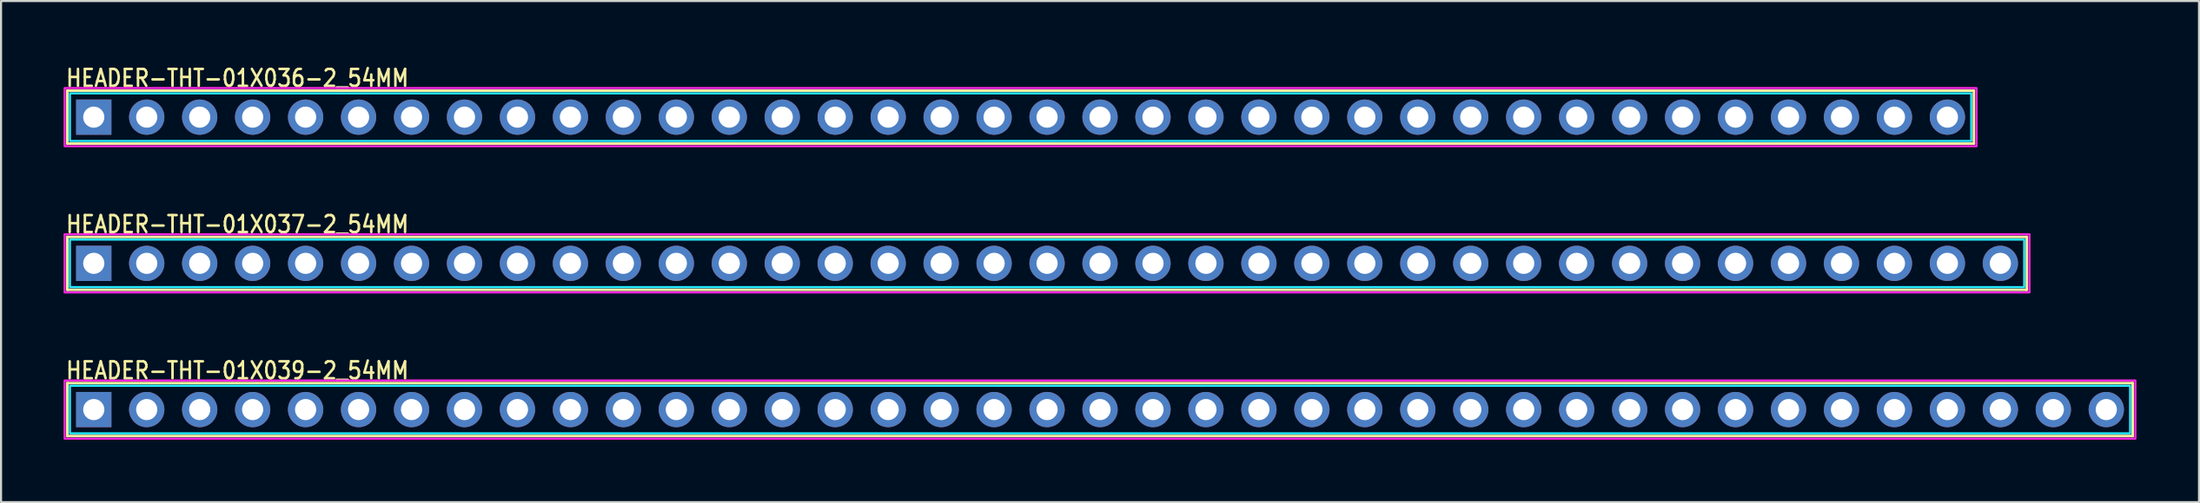
<source format=kicad_pcb>
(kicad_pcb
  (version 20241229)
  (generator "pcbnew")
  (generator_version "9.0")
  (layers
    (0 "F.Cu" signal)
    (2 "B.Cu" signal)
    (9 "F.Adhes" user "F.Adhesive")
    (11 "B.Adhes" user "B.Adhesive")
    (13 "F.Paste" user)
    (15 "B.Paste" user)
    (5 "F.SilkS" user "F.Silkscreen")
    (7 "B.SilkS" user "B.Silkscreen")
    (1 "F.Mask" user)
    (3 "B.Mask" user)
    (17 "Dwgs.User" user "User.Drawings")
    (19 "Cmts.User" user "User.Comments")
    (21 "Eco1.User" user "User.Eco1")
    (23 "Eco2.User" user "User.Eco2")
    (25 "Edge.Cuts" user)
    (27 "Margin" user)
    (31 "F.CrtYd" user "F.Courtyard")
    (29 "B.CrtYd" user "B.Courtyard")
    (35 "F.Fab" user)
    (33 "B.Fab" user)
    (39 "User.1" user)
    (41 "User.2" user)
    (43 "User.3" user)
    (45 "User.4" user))
  (footprint "HEADER-THT-01X039-2_54MM"
    (layer "F.Cu")
    (at 1.447 16.63)
    (property "Reference" "HEADER-THT-01X039-2_54MM" (at -1.4 -1.4 0) (unlocked yes) (layer "F.SilkS") (effects (font (size 0.813 0.695) (thickness 0.122)) (justify left bottom)))
    (fp_line (start -1.27 -1.27) (end -1.27 1.27) (stroke (width 0.127) (type solid)) (layer "F.SilkS"))
    (fp_line (start -1.27 1.27) (end 97.79 1.27) (stroke (width 0.127) (type solid)) (layer "F.SilkS"))
    (fp_line (start 97.79 -1.27) (end -1.27 -1.27) (stroke (width 0.127) (type solid)) (layer "F.SilkS"))
    (fp_line (start 97.79 1.27) (end 97.79 -1.27) (stroke (width 0.127) (type solid)) (layer "F.SilkS"))
    (fp_poly (pts (xy -1.143 -1.143) (xy 97.663 -1.143) (xy 97.663 1.143) (xy -1.143 1.143)) (stroke (width 0.1) (type solid)) (fill no) (layer "B.CrtYd"))
    (fp_poly (pts (xy -1.397 -1.397) (xy 97.917 -1.397) (xy 97.917 1.397) (xy -1.397 1.397)) (stroke (width 0.1) (type solid)) (fill no) (layer "F.CrtYd"))
    (pad "1" thru_hole rect (at 0 0) (size 1.693 1.693) (drill 1.016) (layers "*.Cu" "*.Mask"))
    (pad "2" thru_hole oval (at 2.54 0) (size 1.693 1.693) (drill 1.016) (layers "*.Cu" "*.Mask"))
    (pad "3" thru_hole oval (at 5.08 0) (size 1.693 1.693) (drill 1.016) (layers "*.Cu" "*.Mask"))
    (pad "4" thru_hole oval (at 7.62 0) (size 1.693 1.693) (drill 1.016) (layers "*.Cu" "*.Mask"))
    (pad "5" thru_hole oval (at 10.16 0) (size 1.693 1.693) (drill 1.016) (layers "*.Cu" "*.Mask"))
    (pad "6" thru_hole oval (at 12.7 0) (size 1.693 1.693) (drill 1.016) (layers "*.Cu" "*.Mask"))
    (pad "7" thru_hole oval (at 15.24 0) (size 1.693 1.693) (drill 1.016) (layers "*.Cu" "*.Mask"))
    (pad "8" thru_hole oval (at 17.78 0) (size 1.693 1.693) (drill 1.016) (layers "*.Cu" "*.Mask"))
    (pad "9" thru_hole oval (at 20.32 0) (size 1.693 1.693) (drill 1.016) (layers "*.Cu" "*.Mask"))
    (pad "10" thru_hole oval (at 22.86 0) (size 1.693 1.693) (drill 1.016) (layers "*.Cu" "*.Mask"))
    (pad "11" thru_hole oval (at 25.4 0) (size 1.693 1.693) (drill 1.016) (layers "*.Cu" "*.Mask"))
    (pad "12" thru_hole oval (at 27.94 0) (size 1.693 1.693) (drill 1.016) (layers "*.Cu" "*.Mask"))
    (pad "13" thru_hole oval (at 30.48 0) (size 1.693 1.693) (drill 1.016) (layers "*.Cu" "*.Mask"))
    (pad "14" thru_hole oval (at 33.02 0) (size 1.693 1.693) (drill 1.016) (layers "*.Cu" "*.Mask"))
    (pad "15" thru_hole oval (at 35.56 0) (size 1.693 1.693) (drill 1.016) (layers "*.Cu" "*.Mask"))
    (pad "16" thru_hole oval (at 38.1 0) (size 1.693 1.693) (drill 1.016) (layers "*.Cu" "*.Mask"))
    (pad "17" thru_hole oval (at 40.64 0) (size 1.693 1.693) (drill 1.016) (layers "*.Cu" "*.Mask"))
    (pad "18" thru_hole oval (at 43.18 0) (size 1.693 1.693) (drill 1.016) (layers "*.Cu" "*.Mask"))
    (pad "19" thru_hole oval (at 45.72 0) (size 1.693 1.693) (drill 1.016) (layers "*.Cu" "*.Mask"))
    (pad "20" thru_hole oval (at 48.26 0) (size 1.693 1.693) (drill 1.016) (layers "*.Cu" "*.Mask"))
    (pad "21" thru_hole oval (at 50.8 0) (size 1.693 1.693) (drill 1.016) (layers "*.Cu" "*.Mask"))
    (pad "22" thru_hole oval (at 53.34 0) (size 1.693 1.693) (drill 1.016) (layers "*.Cu" "*.Mask"))
    (pad "23" thru_hole oval (at 55.88 0) (size 1.693 1.693) (drill 1.016) (layers "*.Cu" "*.Mask"))
    (pad "24" thru_hole oval (at 58.42 0) (size 1.693 1.693) (drill 1.016) (layers "*.Cu" "*.Mask"))
    (pad "25" thru_hole oval (at 60.96 0) (size 1.693 1.693) (drill 1.016) (layers "*.Cu" "*.Mask"))
    (pad "26" thru_hole oval (at 63.5 0) (size 1.693 1.693) (drill 1.016) (layers "*.Cu" "*.Mask"))
    (pad "27" thru_hole oval (at 66.04 0) (size 1.693 1.693) (drill 1.016) (layers "*.Cu" "*.Mask"))
    (pad "28" thru_hole oval (at 68.58 0) (size 1.693 1.693) (drill 1.016) (layers "*.Cu" "*.Mask"))
    (pad "29" thru_hole oval (at 71.12 0) (size 1.693 1.693) (drill 1.016) (layers "*.Cu" "*.Mask"))
    (pad "30" thru_hole oval (at 73.66 0) (size 1.693 1.693) (drill 1.016) (layers "*.Cu" "*.Mask"))
    (pad "31" thru_hole oval (at 76.2 0) (size 1.693 1.693) (drill 1.016) (layers "*.Cu" "*.Mask"))
    (pad "32" thru_hole oval (at 78.74 0) (size 1.693 1.693) (drill 1.016) (layers "*.Cu" "*.Mask"))
    (pad "33" thru_hole oval (at 81.28 0) (size 1.693 1.693) (drill 1.016) (layers "*.Cu" "*.Mask"))
    (pad "34" thru_hole oval (at 83.82 0) (size 1.693 1.693) (drill 1.016) (layers "*.Cu" "*.Mask"))
    (pad "35" thru_hole oval (at 86.36 0) (size 1.693 1.693) (drill 1.016) (layers "*.Cu" "*.Mask"))
    (pad "36" thru_hole oval (at 88.9 0) (size 1.693 1.693) (drill 1.016) (layers "*.Cu" "*.Mask"))
    (pad "37" thru_hole oval (at 91.44 0) (size 1.693 1.693) (drill 1.016) (layers "*.Cu" "*.Mask"))
    (pad "38" thru_hole oval (at 93.98 0) (size 1.693 1.693) (drill 1.016) (layers "*.Cu" "*.Mask"))
    (pad "39" thru_hole oval (at 96.52 0) (size 1.693 1.693) (drill 1.016) (layers "*.Cu" "*.Mask")))
  (footprint "HEADER-THT-01X036-2_54MM"
    (layer "F.Cu")
    (at 1.447 2.579)
    (property "Reference" "HEADER-THT-01X036-2_54MM" (at -1.4 -1.4 0) (unlocked yes) (layer "F.SilkS") (effects (font (size 0.813 0.695) (thickness 0.122)) (justify left bottom)))
    (fp_line (start -1.27 -1.27) (end -1.27 1.27) (stroke (width 0.127) (type solid)) (layer "F.SilkS"))
    (fp_line (start -1.27 1.27) (end 90.17 1.27) (stroke (width 0.127) (type solid)) (layer "F.SilkS"))
    (fp_line (start 90.17 -1.27) (end -1.27 -1.27) (stroke (width 0.127) (type solid)) (layer "F.SilkS"))
    (fp_line (start 90.17 1.27) (end 90.17 -1.27) (stroke (width 0.127) (type solid)) (layer "F.SilkS"))
    (fp_poly (pts (xy -1.143 -1.143) (xy 90.043 -1.143) (xy 90.043 1.143) (xy -1.143 1.143)) (stroke (width 0.1) (type solid)) (fill no) (layer "B.CrtYd"))
    (fp_poly (pts (xy -1.397 -1.397) (xy 90.297 -1.397) (xy 90.297 1.397) (xy -1.397 1.397)) (stroke (width 0.1) (type solid)) (fill no) (layer "F.CrtYd"))
    (pad "1" thru_hole rect (at 0 0) (size 1.693 1.693) (drill 1.016) (layers "*.Cu" "*.Mask"))
    (pad "2" thru_hole oval (at 2.54 0) (size 1.693 1.693) (drill 1.016) (layers "*.Cu" "*.Mask"))
    (pad "3" thru_hole oval (at 5.08 0) (size 1.693 1.693) (drill 1.016) (layers "*.Cu" "*.Mask"))
    (pad "4" thru_hole oval (at 7.62 0) (size 1.693 1.693) (drill 1.016) (layers "*.Cu" "*.Mask"))
    (pad "5" thru_hole oval (at 10.16 0) (size 1.693 1.693) (drill 1.016) (layers "*.Cu" "*.Mask"))
    (pad "6" thru_hole oval (at 12.7 0) (size 1.693 1.693) (drill 1.016) (layers "*.Cu" "*.Mask"))
    (pad "7" thru_hole oval (at 15.24 0) (size 1.693 1.693) (drill 1.016) (layers "*.Cu" "*.Mask"))
    (pad "8" thru_hole oval (at 17.78 0) (size 1.693 1.693) (drill 1.016) (layers "*.Cu" "*.Mask"))
    (pad "9" thru_hole oval (at 20.32 0) (size 1.693 1.693) (drill 1.016) (layers "*.Cu" "*.Mask"))
    (pad "10" thru_hole oval (at 22.86 0) (size 1.693 1.693) (drill 1.016) (layers "*.Cu" "*.Mask"))
    (pad "11" thru_hole oval (at 25.4 0) (size 1.693 1.693) (drill 1.016) (layers "*.Cu" "*.Mask"))
    (pad "12" thru_hole oval (at 27.94 0) (size 1.693 1.693) (drill 1.016) (layers "*.Cu" "*.Mask"))
    (pad "13" thru_hole oval (at 30.48 0) (size 1.693 1.693) (drill 1.016) (layers "*.Cu" "*.Mask"))
    (pad "14" thru_hole oval (at 33.02 0) (size 1.693 1.693) (drill 1.016) (layers "*.Cu" "*.Mask"))
    (pad "15" thru_hole oval (at 35.56 0) (size 1.693 1.693) (drill 1.016) (layers "*.Cu" "*.Mask"))
    (pad "16" thru_hole oval (at 38.1 0) (size 1.693 1.693) (drill 1.016) (layers "*.Cu" "*.Mask"))
    (pad "17" thru_hole oval (at 40.64 0) (size 1.693 1.693) (drill 1.016) (layers "*.Cu" "*.Mask"))
    (pad "18" thru_hole oval (at 43.18 0) (size 1.693 1.693) (drill 1.016) (layers "*.Cu" "*.Mask"))
    (pad "19" thru_hole oval (at 45.72 0) (size 1.693 1.693) (drill 1.016) (layers "*.Cu" "*.Mask"))
    (pad "20" thru_hole oval (at 48.26 0) (size 1.693 1.693) (drill 1.016) (layers "*.Cu" "*.Mask"))
    (pad "21" thru_hole oval (at 50.8 0) (size 1.693 1.693) (drill 1.016) (layers "*.Cu" "*.Mask"))
    (pad "22" thru_hole oval (at 53.34 0) (size 1.693 1.693) (drill 1.016) (layers "*.Cu" "*.Mask"))
    (pad "23" thru_hole oval (at 55.88 0) (size 1.693 1.693) (drill 1.016) (layers "*.Cu" "*.Mask"))
    (pad "24" thru_hole oval (at 58.42 0) (size 1.693 1.693) (drill 1.016) (layers "*.Cu" "*.Mask"))
    (pad "25" thru_hole oval (at 60.96 0) (size 1.693 1.693) (drill 1.016) (layers "*.Cu" "*.Mask"))
    (pad "26" thru_hole oval (at 63.5 0) (size 1.693 1.693) (drill 1.016) (layers "*.Cu" "*.Mask"))
    (pad "27" thru_hole oval (at 66.04 0) (size 1.693 1.693) (drill 1.016) (layers "*.Cu" "*.Mask"))
    (pad "28" thru_hole oval (at 68.58 0) (size 1.693 1.693) (drill 1.016) (layers "*.Cu" "*.Mask"))
    (pad "29" thru_hole oval (at 71.12 0) (size 1.693 1.693) (drill 1.016) (layers "*.Cu" "*.Mask"))
    (pad "30" thru_hole oval (at 73.66 0) (size 1.693 1.693) (drill 1.016) (layers "*.Cu" "*.Mask"))
    (pad "31" thru_hole oval (at 76.2 0) (size 1.693 1.693) (drill 1.016) (layers "*.Cu" "*.Mask"))
    (pad "32" thru_hole oval (at 78.74 0) (size 1.693 1.693) (drill 1.016) (layers "*.Cu" "*.Mask"))
    (pad "33" thru_hole oval (at 81.28 0) (size 1.693 1.693) (drill 1.016) (layers "*.Cu" "*.Mask"))
    (pad "34" thru_hole oval (at 83.82 0) (size 1.693 1.693) (drill 1.016) (layers "*.Cu" "*.Mask"))
    (pad "35" thru_hole oval (at 86.36 0) (size 1.693 1.693) (drill 1.016) (layers "*.Cu" "*.Mask"))
    (pad "36" thru_hole oval (at 88.9 0) (size 1.693 1.693) (drill 1.016) (layers "*.Cu" "*.Mask")))
  (footprint "HEADER-THT-01X037-2_54MM"
    (layer "F.Cu")
    (at 1.447 9.604)
    (property "Reference" "HEADER-THT-01X037-2_54MM" (at -1.4 -1.4 0) (unlocked yes) (layer "F.SilkS") (effects (font (size 0.813 0.695) (thickness 0.122)) (justify left bottom)))
    (fp_line (start -1.27 -1.27) (end -1.27 1.27) (stroke (width 0.127) (type solid)) (layer "F.SilkS"))
    (fp_line (start -1.27 1.27) (end 92.71 1.27) (stroke (width 0.127) (type solid)) (layer "F.SilkS"))
    (fp_line (start 92.71 -1.27) (end -1.27 -1.27) (stroke (width 0.127) (type solid)) (layer "F.SilkS"))
    (fp_line (start 92.71 1.27) (end 92.71 -1.27) (stroke (width 0.127) (type solid)) (layer "F.SilkS"))
    (fp_poly (pts (xy -1.143 -1.143) (xy 92.583 -1.143) (xy 92.583 1.143) (xy -1.143 1.143)) (stroke (width 0.1) (type solid)) (fill no) (layer "B.CrtYd"))
    (fp_poly (pts (xy -1.397 -1.397) (xy 92.837 -1.397) (xy 92.837 1.397) (xy -1.397 1.397)) (stroke (width 0.1) (type solid)) (fill no) (layer "F.CrtYd"))
    (pad "P$1" thru_hole rect (at 0 0) (size 1.693 1.693) (drill 1.016) (layers "*.Cu" "*.Mask"))
    (pad "P$2" thru_hole oval (at 2.54 0) (size 1.693 1.693) (drill 1.016) (layers "*.Cu" "*.Mask"))
    (pad "P$3" thru_hole oval (at 5.08 0) (size 1.693 1.693) (drill 1.016) (layers "*.Cu" "*.Mask"))
    (pad "P$4" thru_hole oval (at 7.62 0) (size 1.693 1.693) (drill 1.016) (layers "*.Cu" "*.Mask"))
    (pad "P$5" thru_hole oval (at 10.16 0) (size 1.693 1.693) (drill 1.016) (layers "*.Cu" "*.Mask"))
    (pad "P$6" thru_hole oval (at 12.7 0) (size 1.693 1.693) (drill 1.016) (layers "*.Cu" "*.Mask"))
    (pad "P$7" thru_hole oval (at 15.24 0) (size 1.693 1.693) (drill 1.016) (layers "*.Cu" "*.Mask"))
    (pad "P$8" thru_hole oval (at 17.78 0) (size 1.693 1.693) (drill 1.016) (layers "*.Cu" "*.Mask"))
    (pad "P$9" thru_hole oval (at 20.32 0) (size 1.693 1.693) (drill 1.016) (layers "*.Cu" "*.Mask"))
    (pad "P$10" thru_hole oval (at 22.86 0) (size 1.693 1.693) (drill 1.016) (layers "*.Cu" "*.Mask"))
    (pad "P$11" thru_hole oval (at 25.4 0) (size 1.693 1.693) (drill 1.016) (layers "*.Cu" "*.Mask"))
    (pad "P$12" thru_hole oval (at 27.94 0) (size 1.693 1.693) (drill 1.016) (layers "*.Cu" "*.Mask"))
    (pad "P$13" thru_hole oval (at 30.48 0) (size 1.693 1.693) (drill 1.016) (layers "*.Cu" "*.Mask"))
    (pad "P$14" thru_hole oval (at 33.02 0) (size 1.693 1.693) (drill 1.016) (layers "*.Cu" "*.Mask"))
    (pad "P$15" thru_hole oval (at 35.56 0) (size 1.693 1.693) (drill 1.016) (layers "*.Cu" "*.Mask"))
    (pad "P$16" thru_hole oval (at 38.1 0) (size 1.693 1.693) (drill 1.016) (layers "*.Cu" "*.Mask"))
    (pad "P$17" thru_hole oval (at 40.64 0) (size 1.693 1.693) (drill 1.016) (layers "*.Cu" "*.Mask"))
    (pad "P$18" thru_hole oval (at 43.18 0) (size 1.693 1.693) (drill 1.016) (layers "*.Cu" "*.Mask"))
    (pad "P$19" thru_hole oval (at 45.72 0) (size 1.693 1.693) (drill 1.016) (layers "*.Cu" "*.Mask"))
    (pad "P$20" thru_hole oval (at 48.26 0) (size 1.693 1.693) (drill 1.016) (layers "*.Cu" "*.Mask"))
    (pad "P$21" thru_hole oval (at 50.8 0) (size 1.693 1.693) (drill 1.016) (layers "*.Cu" "*.Mask"))
    (pad "P$22" thru_hole oval (at 53.34 0) (size 1.693 1.693) (drill 1.016) (layers "*.Cu" "*.Mask"))
    (pad "P$23" thru_hole oval (at 55.88 0) (size 1.693 1.693) (drill 1.016) (layers "*.Cu" "*.Mask"))
    (pad "P$24" thru_hole oval (at 58.42 0) (size 1.693 1.693) (drill 1.016) (layers "*.Cu" "*.Mask"))
    (pad "P$25" thru_hole oval (at 60.96 0) (size 1.693 1.693) (drill 1.016) (layers "*.Cu" "*.Mask"))
    (pad "P$26" thru_hole oval (at 63.5 0) (size 1.693 1.693) (drill 1.016) (layers "*.Cu" "*.Mask"))
    (pad "P$27" thru_hole oval (at 66.04 0) (size 1.693 1.693) (drill 1.016) (layers "*.Cu" "*.Mask"))
    (pad "P$28" thru_hole oval (at 68.58 0) (size 1.693 1.693) (drill 1.016) (layers "*.Cu" "*.Mask"))
    (pad "P$29" thru_hole oval (at 71.12 0) (size 1.693 1.693) (drill 1.016) (layers "*.Cu" "*.Mask"))
    (pad "P$30" thru_hole oval (at 73.66 0) (size 1.693 1.693) (drill 1.016) (layers "*.Cu" "*.Mask"))
    (pad "P$31" thru_hole oval (at 76.2 0) (size 1.693 1.693) (drill 1.016) (layers "*.Cu" "*.Mask"))
    (pad "P$32" thru_hole oval (at 78.74 0) (size 1.693 1.693) (drill 1.016) (layers "*.Cu" "*.Mask"))
    (pad "P$33" thru_hole oval (at 81.28 0) (size 1.693 1.693) (drill 1.016) (layers "*.Cu" "*.Mask"))
    (pad "P$34" thru_hole oval (at 83.82 0) (size 1.693 1.693) (drill 1.016) (layers "*.Cu" "*.Mask"))
    (pad "P$35" thru_hole oval (at 86.36 0) (size 1.693 1.693) (drill 1.016) (layers "*.Cu" "*.Mask"))
    (pad "P$36" thru_hole oval (at 88.9 0) (size 1.693 1.693) (drill 1.016) (layers "*.Cu" "*.Mask"))
    (pad "P$37" thru_hole oval (at 91.44 0) (size 1.693 1.693) (drill 1.016) (layers "*.Cu" "*.Mask")))
  (gr_rect
    (start -3 -3)
    (end 102.414 21.077)
    (stroke (width 0.1) (type default))
    (fill no)
    (layer "Edge.Cuts")))
</source>
